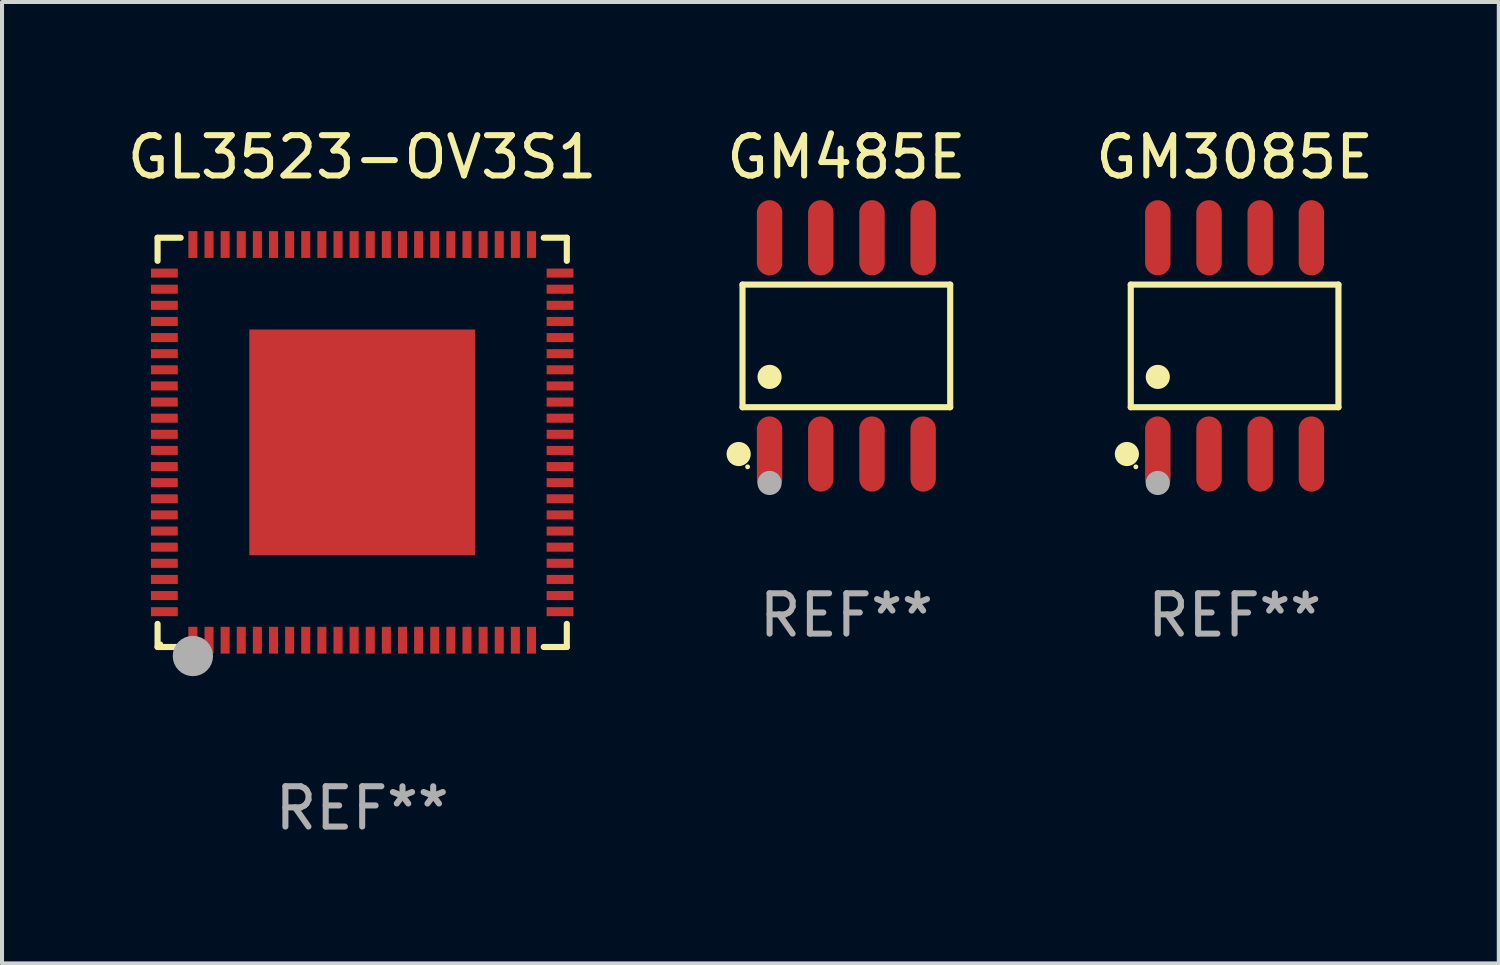
<source format=kicad_pcb>
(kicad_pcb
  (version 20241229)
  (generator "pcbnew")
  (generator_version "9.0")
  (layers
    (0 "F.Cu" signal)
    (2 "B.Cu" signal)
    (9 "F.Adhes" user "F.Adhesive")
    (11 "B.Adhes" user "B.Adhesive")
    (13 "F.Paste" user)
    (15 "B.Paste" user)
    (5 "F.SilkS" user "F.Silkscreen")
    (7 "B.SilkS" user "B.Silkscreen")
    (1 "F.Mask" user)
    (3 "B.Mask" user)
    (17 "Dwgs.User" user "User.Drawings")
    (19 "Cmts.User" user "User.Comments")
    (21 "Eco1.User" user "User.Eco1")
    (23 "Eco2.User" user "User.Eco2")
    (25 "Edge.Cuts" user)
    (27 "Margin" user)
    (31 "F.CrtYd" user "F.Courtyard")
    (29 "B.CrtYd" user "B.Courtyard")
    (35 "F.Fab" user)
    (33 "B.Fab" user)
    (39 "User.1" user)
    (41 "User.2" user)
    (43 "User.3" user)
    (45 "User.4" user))
  (footprint "GM485E"
    (layer "F.Cu")
    (at 17.946 5.531)
    (property "Reference" "GM485E" (at 0 -4.682 0) (layer "F.SilkS") (effects (font (size 1 1) (thickness 0.15))))
    (attr through_hole)
    (fp_line (start -2.576 -1.521) (end 2.576 -1.521) (stroke (width 0.152) (type solid)) (layer "F.SilkS"))
    (fp_line (start -2.576 1.521) (end -2.576 -1.521) (stroke (width 0.152) (type solid)) (layer "F.SilkS"))
    (fp_line (start 2.576 -1.521) (end 2.576 1.521) (stroke (width 0.152) (type solid)) (layer "F.SilkS"))
    (fp_line (start 2.576 1.521) (end -2.576 1.521) (stroke (width 0.152) (type solid)) (layer "F.SilkS"))
    (fp_circle (center -2.672 2.682) (end -2.522 2.682) (stroke (width 0.3) (type solid)) (fill no) (layer "F.SilkS"))
    (fp_circle (center -2.45 3) (end -2.42 3) (stroke (width 0.06) (type solid)) (fill no) (layer "F.SilkS"))
    (fp_circle (center -1.905 0.769) (end -1.755 0.769) (stroke (width 0.3) (type solid)) (fill no) (layer "F.SilkS"))
    (fp_circle (center -1.905 3.4) (end -1.755 3.4) (stroke (width 0.3) (type solid)) (fill no) (layer "F.Fab"))
    (fp_text user "REF**" (at 0 6.682 0) (layer "F.Fab") (effects (font (size 1 1) (thickness 0.15))))
    (pad "1" smd oval (at -1.905 2.682) (size 0.63 1.865) (layers "F.Cu" "F.Mask" "F.Paste"))
    (pad "2" smd oval (at -0.635 2.682) (size 0.63 1.865) (layers "F.Cu" "F.Mask" "F.Paste"))
    (pad "3" smd oval (at 0.635 2.682) (size 0.63 1.865) (layers "F.Cu" "F.Mask" "F.Paste"))
    (pad "4" smd oval (at 1.905 2.682) (size 0.63 1.865) (layers "F.Cu" "F.Mask" "F.Paste"))
    (pad "5" smd oval (at 1.905 -2.682) (size 0.63 1.865) (layers "F.Cu" "F.Mask" "F.Paste"))
    (pad "6" smd oval (at 0.635 -2.682) (size 0.63 1.865) (layers "F.Cu" "F.Mask" "F.Paste"))
    (pad "7" smd oval (at -0.635 -2.682) (size 0.63 1.865) (layers "F.Cu" "F.Mask" "F.Paste"))
    (pad "8" smd oval (at -1.905 -2.682) (size 0.63 1.865) (layers "F.Cu" "F.Mask" "F.Paste")))
  (footprint "GM3085E"
    (layer "F.Cu")
    (at 27.577 5.531)
    (property "Reference" "GM3085E" (at 0 -4.682 0) (layer "F.SilkS") (effects (font (size 1 1) (thickness 0.15))))
    (attr through_hole)
    (fp_line (start -2.576 -1.521) (end 2.576 -1.521) (stroke (width 0.152) (type solid)) (layer "F.SilkS"))
    (fp_line (start -2.576 1.521) (end -2.576 -1.521) (stroke (width 0.152) (type solid)) (layer "F.SilkS"))
    (fp_line (start 2.576 -1.521) (end 2.576 1.521) (stroke (width 0.152) (type solid)) (layer "F.SilkS"))
    (fp_line (start 2.576 1.521) (end -2.576 1.521) (stroke (width 0.152) (type solid)) (layer "F.SilkS"))
    (fp_circle (center -2.672 2.682) (end -2.522 2.682) (stroke (width 0.3) (type solid)) (fill no) (layer "F.SilkS"))
    (fp_circle (center -2.45 3) (end -2.42 3) (stroke (width 0.06) (type solid)) (fill no) (layer "F.SilkS"))
    (fp_circle (center -1.905 0.769) (end -1.755 0.769) (stroke (width 0.3) (type solid)) (fill no) (layer "F.SilkS"))
    (fp_circle (center -1.905 3.4) (end -1.755 3.4) (stroke (width 0.3) (type solid)) (fill no) (layer "F.Fab"))
    (fp_text user "REF**" (at 0 6.682 0) (layer "F.Fab") (effects (font (size 1 1) (thickness 0.15))))
    (pad "1" smd oval (at -1.905 2.682) (size 0.63 1.865) (layers "F.Cu" "F.Mask" "F.Paste"))
    (pad "2" smd oval (at -0.635 2.682) (size 0.63 1.865) (layers "F.Cu" "F.Mask" "F.Paste"))
    (pad "3" smd oval (at 0.635 2.682) (size 0.63 1.865) (layers "F.Cu" "F.Mask" "F.Paste"))
    (pad "4" smd oval (at 1.905 2.682) (size 0.63 1.865) (layers "F.Cu" "F.Mask" "F.Paste"))
    (pad "5" smd oval (at 1.905 -2.682) (size 0.63 1.865) (layers "F.Cu" "F.Mask" "F.Paste"))
    (pad "6" smd oval (at 0.635 -2.682) (size 0.63 1.865) (layers "F.Cu" "F.Mask" "F.Paste"))
    (pad "7" smd oval (at -0.635 -2.682) (size 0.63 1.865) (layers "F.Cu" "F.Mask" "F.Paste"))
    (pad "8" smd oval (at -1.905 -2.682) (size 0.63 1.865) (layers "F.Cu" "F.Mask" "F.Paste")))
  (footprint "GL3523-OV3S1"
    (layer "F.Cu")
    (at 5.935 7.924)
    (property "Reference" "GL3523-OV3S1" (at 0 -7.076 0) (layer "F.SilkS") (effects (font (size 1 1) (thickness 0.15))))
    (attr through_hole)
    (fp_line (start -5.076 -5.076) (end -4.503 -5.076) (stroke (width 0.152) (type solid)) (layer "F.SilkS"))
    (fp_line (start -5.076 -4.503) (end -5.076 -5.076) (stroke (width 0.152) (type solid)) (layer "F.SilkS"))
    (fp_line (start -5.076 4.503) (end -5.076 5.076) (stroke (width 0.152) (type solid)) (layer "F.SilkS"))
    (fp_line (start -5.076 5.076) (end -4.503 5.076) (stroke (width 0.152) (type solid)) (layer "F.SilkS"))
    (fp_line (start 5.076 -5.076) (end 4.503 -5.076) (stroke (width 0.152) (type solid)) (layer "F.SilkS"))
    (fp_line (start 5.076 -4.503) (end 5.076 -5.076) (stroke (width 0.152) (type solid)) (layer "F.SilkS"))
    (fp_line (start 5.076 4.503) (end 5.076 5.076) (stroke (width 0.152) (type solid)) (layer "F.SilkS"))
    (fp_line (start 5.076 5.076) (end 4.503 5.076) (stroke (width 0.152) (type solid)) (layer "F.SilkS"))
    (fp_circle (center -5 5) (end -4.97 5) (stroke (width 0.06) (type solid)) (fill no) (layer "F.SilkS"))
    (fp_circle (center -4.2 5.54) (end -4.125 5.54) (stroke (width 0.15) (type solid)) (fill no) (layer "F.SilkS"))
    (fp_circle (center -4.2 5.3) (end -3.95 5.3) (stroke (width 0.5) (type solid)) (fill no) (layer "F.Fab"))
    (fp_text user "REF**" (at 0 9.076 0) (layer "F.Fab") (effects (font (size 1 1) (thickness 0.15))))
    (pad "1" smd rect (at -4.2 4.908) (size 0.224 0.665) (layers "F.Cu" "F.Mask" "F.Paste"))
    (pad "2" smd rect (at -3.8 4.908) (size 0.224 0.665) (layers "F.Cu" "F.Mask" "F.Paste"))
    (pad "3" smd rect (at -3.4 4.908) (size 0.224 0.665) (layers "F.Cu" "F.Mask" "F.Paste"))
    (pad "4" smd rect (at -3 4.908) (size 0.224 0.665) (layers "F.Cu" "F.Mask" "F.Paste"))
    (pad "5" smd rect (at -2.6 4.908) (size 0.224 0.665) (layers "F.Cu" "F.Mask" "F.Paste"))
    (pad "6" smd rect (at -2.2 4.908) (size 0.224 0.665) (layers "F.Cu" "F.Mask" "F.Paste"))
    (pad "7" smd rect (at -1.8 4.908) (size 0.224 0.665) (layers "F.Cu" "F.Mask" "F.Paste"))
    (pad "8" smd rect (at -1.4 4.908) (size 0.224 0.665) (layers "F.Cu" "F.Mask" "F.Paste"))
    (pad "9" smd rect (at -1 4.908) (size 0.224 0.665) (layers "F.Cu" "F.Mask" "F.Paste"))
    (pad "10" smd rect (at -0.6 4.908) (size 0.224 0.665) (layers "F.Cu" "F.Mask" "F.Paste"))
    (pad "11" smd rect (at -0.2 4.908) (size 0.224 0.665) (layers "F.Cu" "F.Mask" "F.Paste"))
    (pad "12" smd rect (at 0.2 4.908) (size 0.224 0.665) (layers "F.Cu" "F.Mask" "F.Paste"))
    (pad "13" smd rect (at 0.6 4.908) (size 0.224 0.665) (layers "F.Cu" "F.Mask" "F.Paste"))
    (pad "14" smd rect (at 1 4.908) (size 0.224 0.665) (layers "F.Cu" "F.Mask" "F.Paste"))
    (pad "15" smd rect (at 1.4 4.908) (size 0.224 0.665) (layers "F.Cu" "F.Mask" "F.Paste"))
    (pad "16" smd rect (at 1.8 4.908) (size 0.224 0.665) (layers "F.Cu" "F.Mask" "F.Paste"))
    (pad "17" smd rect (at 2.2 4.908) (size 0.224 0.665) (layers "F.Cu" "F.Mask" "F.Paste"))
    (pad "18" smd rect (at 2.6 4.908) (size 0.224 0.665) (layers "F.Cu" "F.Mask" "F.Paste"))
    (pad "19" smd rect (at 3 4.908) (size 0.224 0.665) (layers "F.Cu" "F.Mask" "F.Paste"))
    (pad "20" smd rect (at 3.4 4.908) (size 0.224 0.665) (layers "F.Cu" "F.Mask" "F.Paste"))
    (pad "21" smd rect (at 3.8 4.908) (size 0.224 0.665) (layers "F.Cu" "F.Mask" "F.Paste"))
    (pad "22" smd rect (at 4.2 4.908) (size 0.224 0.665) (layers "F.Cu" "F.Mask" "F.Paste"))
    (pad "23" smd rect (at 4.908 4.2) (size 0.665 0.224) (layers "F.Cu" "F.Mask" "F.Paste"))
    (pad "24" smd rect (at 4.908 3.8) (size 0.665 0.224) (layers "F.Cu" "F.Mask" "F.Paste"))
    (pad "25" smd rect (at 4.908 3.4) (size 0.665 0.224) (layers "F.Cu" "F.Mask" "F.Paste"))
    (pad "26" smd rect (at 4.908 3) (size 0.665 0.224) (layers "F.Cu" "F.Mask" "F.Paste"))
    (pad "27" smd rect (at 4.908 2.6) (size 0.665 0.224) (layers "F.Cu" "F.Mask" "F.Paste"))
    (pad "28" smd rect (at 4.908 2.2) (size 0.665 0.224) (layers "F.Cu" "F.Mask" "F.Paste"))
    (pad "29" smd rect (at 4.908 1.8) (size 0.665 0.224) (layers "F.Cu" "F.Mask" "F.Paste"))
    (pad "30" smd rect (at 4.908 1.4) (size 0.665 0.224) (layers "F.Cu" "F.Mask" "F.Paste"))
    (pad "31" smd rect (at 4.908 1) (size 0.665 0.224) (layers "F.Cu" "F.Mask" "F.Paste"))
    (pad "32" smd rect (at 4.908 0.6) (size 0.665 0.224) (layers "F.Cu" "F.Mask" "F.Paste"))
    (pad "33" smd rect (at 4.908 0.2) (size 0.665 0.224) (layers "F.Cu" "F.Mask" "F.Paste"))
    (pad "34" smd rect (at 4.908 -0.2) (size 0.665 0.224) (layers "F.Cu" "F.Mask" "F.Paste"))
    (pad "35" smd rect (at 4.908 -0.6) (size 0.665 0.224) (layers "F.Cu" "F.Mask" "F.Paste"))
    (pad "36" smd rect (at 4.908 -1) (size 0.665 0.224) (layers "F.Cu" "F.Mask" "F.Paste"))
    (pad "37" smd rect (at 4.908 -1.4) (size 0.665 0.224) (layers "F.Cu" "F.Mask" "F.Paste"))
    (pad "38" smd rect (at 4.908 -1.8) (size 0.665 0.224) (layers "F.Cu" "F.Mask" "F.Paste"))
    (pad "39" smd rect (at 4.908 -2.2) (size 0.665 0.224) (layers "F.Cu" "F.Mask" "F.Paste"))
    (pad "40" smd rect (at 4.908 -2.6) (size 0.665 0.224) (layers "F.Cu" "F.Mask" "F.Paste"))
    (pad "41" smd rect (at 4.908 -3) (size 0.665 0.224) (layers "F.Cu" "F.Mask" "F.Paste"))
    (pad "42" smd rect (at 4.908 -3.4) (size 0.665 0.224) (layers "F.Cu" "F.Mask" "F.Paste"))
    (pad "43" smd rect (at 4.908 -3.8) (size 0.665 0.224) (layers "F.Cu" "F.Mask" "F.Paste"))
    (pad "44" smd rect (at 4.908 -4.2) (size 0.665 0.224) (layers "F.Cu" "F.Mask" "F.Paste"))
    (pad "45" smd rect (at 4.2 -4.908) (size 0.224 0.665) (layers "F.Cu" "F.Mask" "F.Paste"))
    (pad "46" smd rect (at 3.8 -4.908) (size 0.224 0.665) (layers "F.Cu" "F.Mask" "F.Paste"))
    (pad "47" smd rect (at 3.4 -4.908) (size 0.224 0.665) (layers "F.Cu" "F.Mask" "F.Paste"))
    (pad "48" smd rect (at 3 -4.908) (size 0.224 0.665) (layers "F.Cu" "F.Mask" "F.Paste"))
    (pad "49" smd rect (at 2.6 -4.908) (size 0.224 0.665) (layers "F.Cu" "F.Mask" "F.Paste"))
    (pad "50" smd rect (at 2.2 -4.908) (size 0.224 0.665) (layers "F.Cu" "F.Mask" "F.Paste"))
    (pad "51" smd rect (at 1.8 -4.908) (size 0.224 0.665) (layers "F.Cu" "F.Mask" "F.Paste"))
    (pad "52" smd rect (at 1.4 -4.908) (size 0.224 0.665) (layers "F.Cu" "F.Mask" "F.Paste"))
    (pad "53" smd rect (at 1 -4.908) (size 0.224 0.665) (layers "F.Cu" "F.Mask" "F.Paste"))
    (pad "54" smd rect (at 0.6 -4.908) (size 0.224 0.665) (layers "F.Cu" "F.Mask" "F.Paste"))
    (pad "55" smd rect (at 0.2 -4.908) (size 0.224 0.665) (layers "F.Cu" "F.Mask" "F.Paste"))
    (pad "56" smd rect (at -0.2 -4.908) (size 0.224 0.665) (layers "F.Cu" "F.Mask" "F.Paste"))
    (pad "57" smd rect (at -0.6 -4.908) (size 0.224 0.665) (layers "F.Cu" "F.Mask" "F.Paste"))
    (pad "58" smd rect (at -1 -4.908) (size 0.224 0.665) (layers "F.Cu" "F.Mask" "F.Paste"))
    (pad "59" smd rect (at -1.4 -4.908) (size 0.224 0.665) (layers "F.Cu" "F.Mask" "F.Paste"))
    (pad "60" smd rect (at -1.8 -4.908) (size 0.224 0.665) (layers "F.Cu" "F.Mask" "F.Paste"))
    (pad "61" smd rect (at -2.2 -4.908) (size 0.224 0.665) (layers "F.Cu" "F.Mask" "F.Paste"))
    (pad "62" smd rect (at -2.6 -4.908) (size 0.224 0.665) (layers "F.Cu" "F.Mask" "F.Paste"))
    (pad "63" smd rect (at -3 -4.908) (size 0.224 0.665) (layers "F.Cu" "F.Mask" "F.Paste"))
    (pad "64" smd rect (at -3.4 -4.908) (size 0.224 0.665) (layers "F.Cu" "F.Mask" "F.Paste"))
    (pad "65" smd rect (at -3.8 -4.908) (size 0.224 0.665) (layers "F.Cu" "F.Mask" "F.Paste"))
    (pad "66" smd rect (at -4.2 -4.908) (size 0.224 0.665) (layers "F.Cu" "F.Mask" "F.Paste"))
    (pad "67" smd rect (at -4.908 -4.2) (size 0.665 0.224) (layers "F.Cu" "F.Mask" "F.Paste"))
    (pad "68" smd rect (at -4.908 -3.8) (size 0.665 0.224) (layers "F.Cu" "F.Mask" "F.Paste"))
    (pad "69" smd rect (at -4.908 -3.4) (size 0.665 0.224) (layers "F.Cu" "F.Mask" "F.Paste"))
    (pad "70" smd rect (at -4.908 -3) (size 0.665 0.224) (layers "F.Cu" "F.Mask" "F.Paste"))
    (pad "71" smd rect (at -4.908 -2.6) (size 0.665 0.224) (layers "F.Cu" "F.Mask" "F.Paste"))
    (pad "72" smd rect (at -4.908 -2.2) (size 0.665 0.224) (layers "F.Cu" "F.Mask" "F.Paste"))
    (pad "73" smd rect (at -4.908 -1.8) (size 0.665 0.224) (layers "F.Cu" "F.Mask" "F.Paste"))
    (pad "74" smd rect (at -4.908 -1.4) (size 0.665 0.224) (layers "F.Cu" "F.Mask" "F.Paste"))
    (pad "75" smd rect (at -4.908 -1) (size 0.665 0.224) (layers "F.Cu" "F.Mask" "F.Paste"))
    (pad "76" smd rect (at -4.908 -0.6) (size 0.665 0.224) (layers "F.Cu" "F.Mask" "F.Paste"))
    (pad "77" smd rect (at -4.908 -0.2) (size 0.665 0.224) (layers "F.Cu" "F.Mask" "F.Paste"))
    (pad "78" smd rect (at -4.908 0.2) (size 0.665 0.224) (layers "F.Cu" "F.Mask" "F.Paste"))
    (pad "79" smd rect (at -4.908 0.6) (size 0.665 0.224) (layers "F.Cu" "F.Mask" "F.Paste"))
    (pad "80" smd rect (at -4.908 1) (size 0.665 0.224) (layers "F.Cu" "F.Mask" "F.Paste"))
    (pad "81" smd rect (at -4.908 1.4) (size 0.665 0.224) (layers "F.Cu" "F.Mask" "F.Paste"))
    (pad "82" smd rect (at -4.908 1.8) (size 0.665 0.224) (layers "F.Cu" "F.Mask" "F.Paste"))
    (pad "83" smd rect (at -4.908 2.2) (size 0.665 0.224) (layers "F.Cu" "F.Mask" "F.Paste"))
    (pad "84" smd rect (at -4.908 2.6) (size 0.665 0.224) (layers "F.Cu" "F.Mask" "F.Paste"))
    (pad "85" smd rect (at -4.908 3) (size 0.665 0.224) (layers "F.Cu" "F.Mask" "F.Paste"))
    (pad "86" smd rect (at -4.908 3.4) (size 0.665 0.224) (layers "F.Cu" "F.Mask" "F.Paste"))
    (pad "87" smd rect (at -4.908 3.8) (size 0.665 0.224) (layers "F.Cu" "F.Mask" "F.Paste"))
    (pad "88" smd rect (at -4.908 4.2) (size 0.665 0.224) (layers "F.Cu" "F.Mask" "F.Paste"))
    (pad "89" smd rect (at 0 0) (size 5.6 5.6) (layers "F.Cu" "F.Mask" "F.Paste")))
  (gr_rect
    (start -3 -3)
    (end 34.131 20.849)
    (stroke (width 0.1) (type default))
    (fill no)
    (layer "Edge.Cuts")))
</source>
